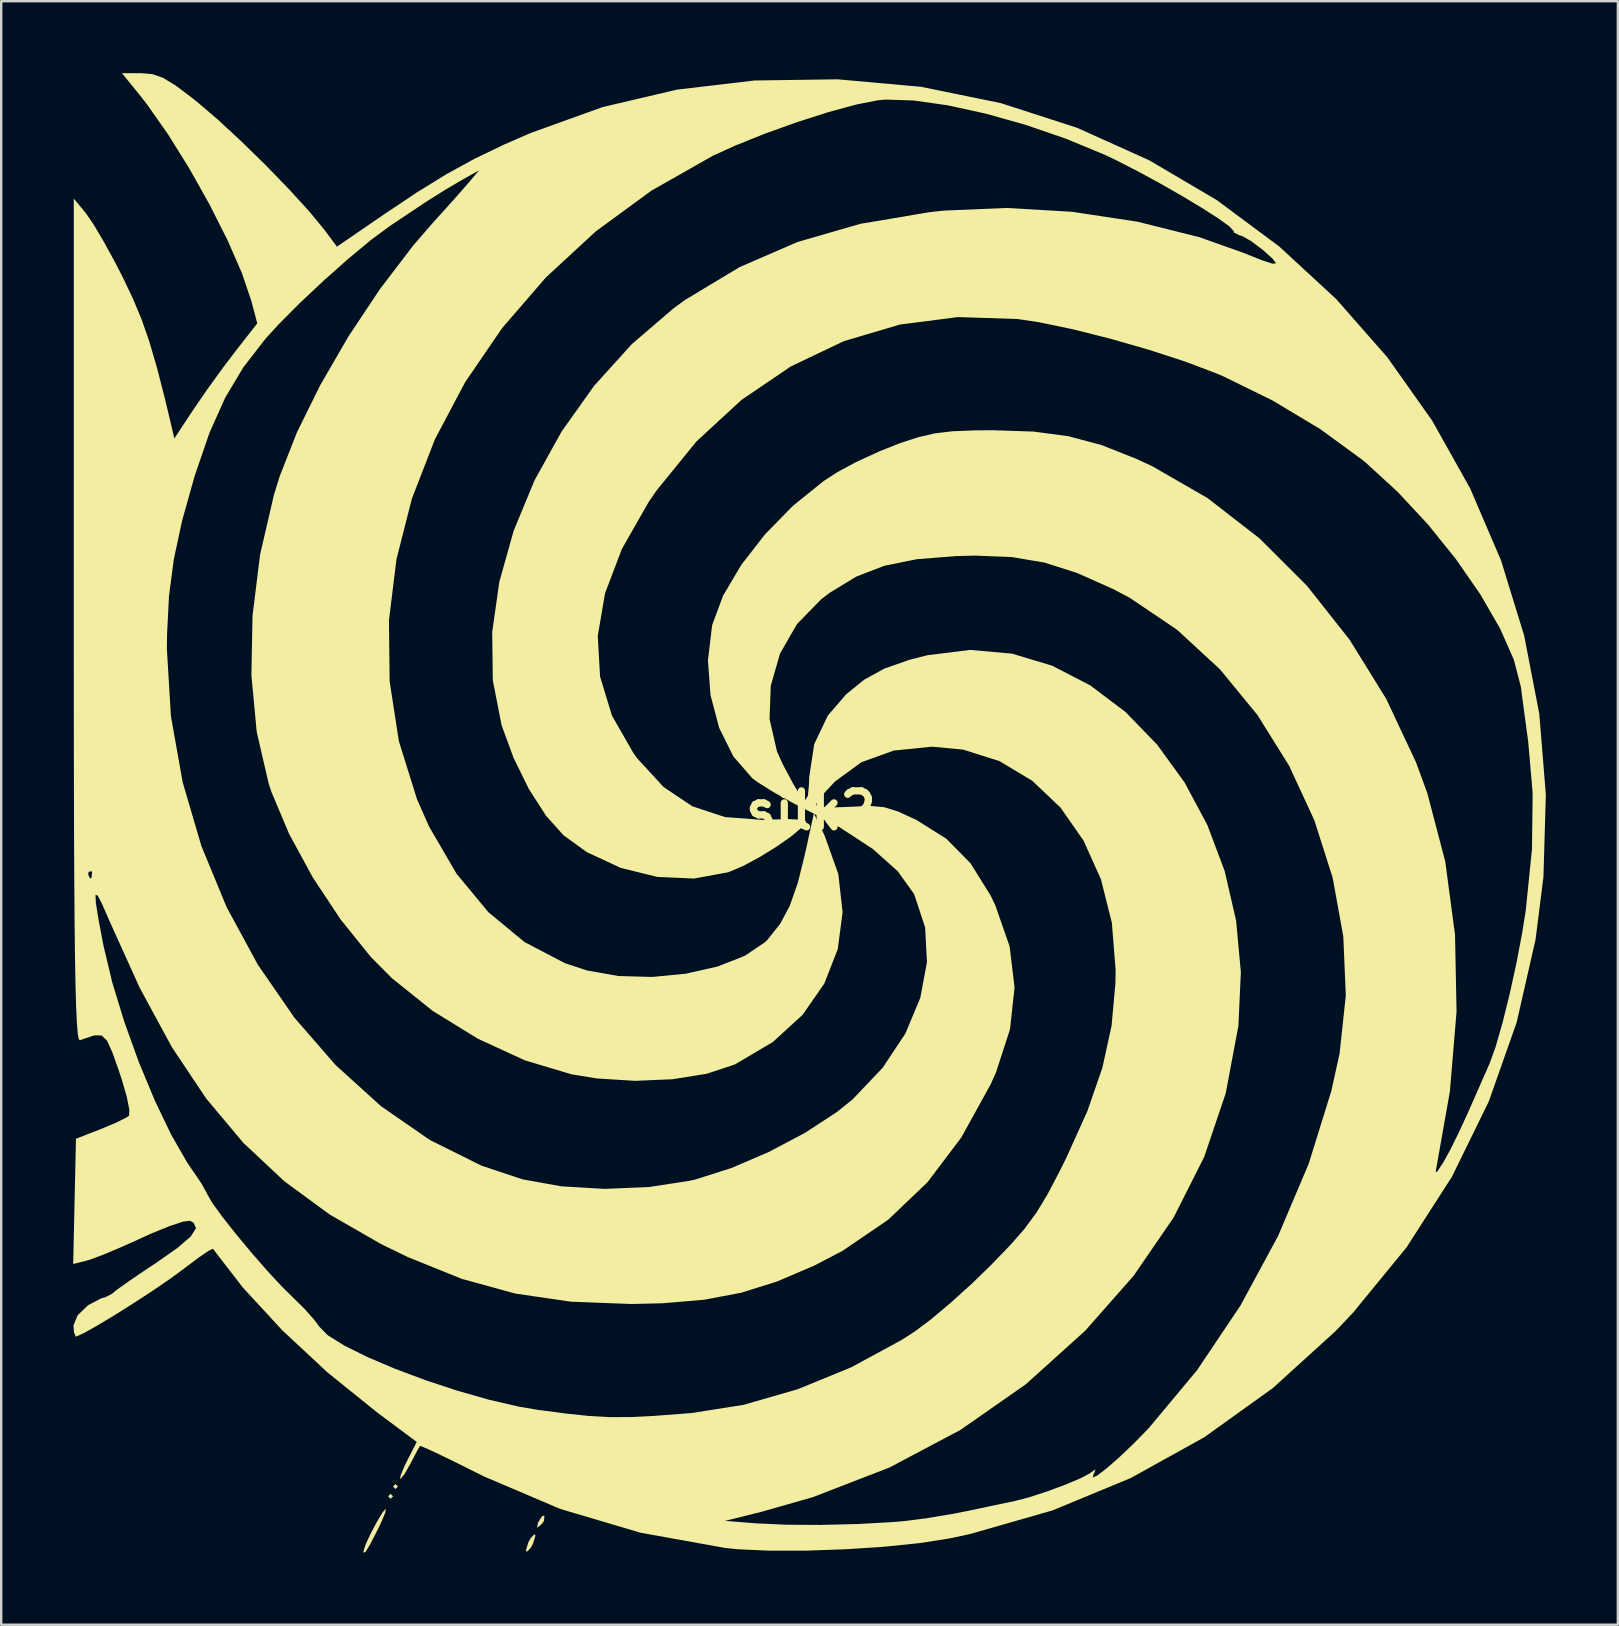
<source format=kicad_pcb>
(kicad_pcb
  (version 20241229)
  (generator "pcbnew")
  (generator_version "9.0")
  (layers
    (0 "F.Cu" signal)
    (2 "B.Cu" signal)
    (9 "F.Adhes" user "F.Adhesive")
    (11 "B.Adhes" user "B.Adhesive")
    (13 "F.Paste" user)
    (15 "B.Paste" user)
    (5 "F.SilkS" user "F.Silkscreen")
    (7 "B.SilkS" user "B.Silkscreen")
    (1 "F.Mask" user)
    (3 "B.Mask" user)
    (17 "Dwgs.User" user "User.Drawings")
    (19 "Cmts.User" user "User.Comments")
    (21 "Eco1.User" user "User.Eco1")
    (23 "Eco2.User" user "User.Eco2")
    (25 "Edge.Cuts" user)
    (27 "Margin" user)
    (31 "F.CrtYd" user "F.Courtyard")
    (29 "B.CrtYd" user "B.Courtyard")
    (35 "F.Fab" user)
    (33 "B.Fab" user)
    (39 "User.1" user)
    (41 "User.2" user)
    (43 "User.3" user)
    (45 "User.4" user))
  (footprint "silk2"
    (layer "F.Cu")
    (at 30.738 30.726)
    (property "Reference" "silk2" (at 0 0 0) (layer "F.SilkS") (effects (font (size 1.5 1.5) (thickness 0.3))))
    (attr board_only exclude_from_pos_files exclude_from_bom)
    (fp_poly (pts (xy -17.411 28.575) (xy -17.514 28.677) (xy -17.616 28.575) (xy -17.514 28.473)) (stroke (width 0) (type solid)) (fill yes) (layer "F.SilkS"))
    (fp_poly (pts (xy -17.206 28.165) (xy -17.309 28.268) (xy -17.411 28.165) (xy -17.309 28.063)) (stroke (width 0) (type solid)) (fill yes) (layer "F.SilkS"))
    (fp_poly (pts (xy -11.124 29.606) (xy -11.241 29.756) (xy -11.413 29.886) (xy -11.37 29.68) (xy -11.355 29.642) (xy -11.193 29.391) (xy -11.101 29.389)) (stroke (width 0) (type solid)) (fill yes) (layer "F.SilkS"))
    (fp_poly (pts (xy -11.477 30.214) (xy -11.579 30.55) (xy -11.676 30.726) (xy -11.838 30.89) (xy -11.874 30.828) (xy -11.772 30.492) (xy -11.676 30.316) (xy -11.513 30.152)) (stroke (width 0) (type solid)) (fill yes) (layer "F.SilkS"))
    (fp_poly (pts (xy -17.733 29.25) (xy -17.905 29.664) (xy -18.047 29.958) (xy -18.371 30.585) (xy -18.555 30.891) (xy -18.632 30.925) (xy -18.64 30.854) (xy -18.554 30.584) (xy -18.345 30.133) (xy -18.085 29.641) (xy -17.849 29.246) (xy -17.71 29.087)) (stroke (width 0) (type solid)) (fill yes) (layer "F.SilkS"))
    (fp_poly (pts (xy -27.435 -30.686) (xy -26.998 -30.534) (xy -26.478 -30.22) (xy -25.776 -29.691) (xy -25.567 -29.525) (xy -24.715 -28.797) (xy -23.735 -27.889) (xy -22.714 -26.89) (xy -21.742 -25.887) (xy -20.903 -24.968) (xy -20.287 -24.221) (xy -20.266 -24.193) (xy -19.748 -23.498) (xy -17.812 -24.826) (xy -16.406 -25.766) (xy -15.186 -26.518) (xy -14.023 -27.156) (xy -12.784 -27.751) (xy -11.676 -28.235) (xy -8.678 -29.314) (xy -5.586 -30.04) (xy -2.348 -30.422) (xy 1.086 -30.471) (xy 1.125 -30.47) (xy 4.59 -30.159) (xy 7.92 -29.478) (xy 11.095 -28.45) (xy 14.098 -27.097) (xy 16.91 -25.442) (xy 19.514 -23.507) (xy 21.89 -21.315) (xy 24.021 -18.888) (xy 25.888 -16.25) (xy 27.473 -13.422) (xy 28.758 -10.427) (xy 29.724 -7.288) (xy 30.353 -4.027) (xy 30.626 -0.667) (xy 30.526 2.769) (xy 30.197 5.374) (xy 29.41 8.827) (xy 28.245 12.129) (xy 26.712 15.26) (xy 24.821 18.202) (xy 22.581 20.935) (xy 21.864 21.69) (xy 19.246 24.067) (xy 16.395 26.112) (xy 13.329 27.813) (xy 10.067 29.162) (xy 6.628 30.147) (xy 5.766 30.331) (xy 4.542 30.523) (xy 3.058 30.675) (xy 1.437 30.781) (xy -0.202 30.838) (xy -1.737 30.839) (xy -3.048 30.78) (xy -3.562 30.728) (xy -7.097 30.092) (xy -8.759 29.599) (xy -3.585 29.599) (xy -2.253 29.702) (xy -1.024 29.758) (xy 0.44 29.766) (xy 1.966 29.728) (xy 3.383 29.649) (xy 3.994 29.595) (xy 4.874 29.479) (xy 5.899 29.308) (xy 6.657 29.159) (xy 7.435 28.993) (xy 8.099 28.853) (xy 8.507 28.769) (xy 8.509 28.768) (xy 9.098 28.614) (xy 9.836 28.373) (xy 10.592 28.094) (xy 11.231 27.826) (xy 11.622 27.618) (xy 11.642 27.603) (xy 11.859 27.451) (xy 11.814 27.586) (xy 11.781 27.642) (xy 11.743 27.794) (xy 11.943 27.701) (xy 12.326 27.408) (xy 12.839 26.959) (xy 13.428 26.4) (xy 14.041 25.774) (xy 14.082 25.73) (xy 16.095 23.316) (xy 17.904 20.62) (xy 19.468 17.727) (xy 20.743 14.72) (xy 21.687 11.684) (xy 22.031 10.126) (xy 22.291 7.704) (xy 22.186 5.243) (xy 21.742 2.794) (xy 20.981 0.407) (xy 19.928 -1.869) (xy 18.607 -3.985) (xy 17.043 -5.89) (xy 15.26 -7.534) (xy 13.282 -8.869) (xy 12.598 -9.23) (xy 11.1 -9.898) (xy 9.747 -10.331) (xy 8.381 -10.563) (xy 6.85 -10.624) (xy 6.058 -10.605) (xy 4.413 -10.474) (xy 3.059 -10.2) (xy 1.892 -9.75) (xy 0.809 -9.091) (xy 0.43 -8.805) (xy -0.579 -7.77) (xy -1.285 -6.542) (xy -1.672 -5.197) (xy -1.721 -3.814) (xy -1.413 -2.469) (xy -1.179 -1.946) (xy -0.726 -1.095) (xy -0.418 -0.6) (xy -0.227 -0.446) (xy -0.123 -0.618) (xy -0.078 -1.101) (xy -0.069 -1.394) (xy 0.14 -2.77) (xy 0.709 -3.962) (xy 1.467 -4.842) (xy 2.223 -5.456) (xy 3.06 -5.915) (xy 4.105 -6.281) (xy 4.857 -6.474) (xy 6.64 -6.695) (xy 8.383 -6.539) (xy 10.059 -6.035) (xy 11.642 -5.216) (xy 13.105 -4.113) (xy 14.423 -2.755) (xy 15.57 -1.176) (xy 16.519 0.594) (xy 17.244 2.524) (xy 17.719 4.582) (xy 17.918 6.737) (xy 17.815 8.959) (xy 17.811 8.992) (xy 17.287 11.78) (xy 16.39 14.431) (xy 15.114 16.96) (xy 13.451 19.383) (xy 11.425 21.681) (xy 8.956 23.906) (xy 6.241 25.803) (xy 3.283 27.371) (xy 0.086 28.608) (xy -2.048 29.217) (xy -3.585 29.599) (xy -8.759 29.599) (xy -10.444 29.1) (xy -13.631 27.742) (xy -13.863 27.626) (xy -14.752 27.182) (xy -15.498 26.82) (xy -16.03 26.573) (xy -16.281 26.473) (xy -16.291 26.474) (xy -16.403 26.673) (xy -16.624 27.095) (xy -16.674 27.192) (xy -16.92 27.628) (xy -17.094 27.851) (xy -17.113 27.858) (xy -17.093 27.697) (xy -16.922 27.292) (xy -16.82 27.084) (xy -16.424 26.309) (xy -18.096 25.061) (xy -20.138 23.415) (xy -22.022 21.661) (xy -23.668 19.876) (xy -24.916 18.259) (xy -25.089 18.339) (xy -25.498 18.619) (xy -26.061 19.04) (xy -26.157 19.114) (xy -26.705 19.516) (xy -27.418 20.002) (xy -28.214 20.522) (xy -29.012 21.024) (xy -29.731 21.457) (xy -30.289 21.771) (xy -30.605 21.914) (xy -30.629 21.918) (xy -30.704 21.743) (xy -30.726 21.45) (xy -30.552 21.029) (xy -30.121 20.613) (xy -29.57 20.324) (xy -29.394 20.278) (xy -29.104 20.124) (xy -29.087 20.104) (xy -28.882 19.94) (xy -28.413 19.608) (xy -27.759 19.163) (xy -27.295 18.855) (xy -26.393 18.225) (xy -25.841 17.749) (xy -25.623 17.406) (xy -25.719 17.172) (xy -25.871 17.092) (xy -26.163 17.129) (xy -26.725 17.315) (xy -27.459 17.614) (xy -27.868 17.799) (xy -28.702 18.176) (xy -29.459 18.495) (xy -30.019 18.706) (xy -30.169 18.751) (xy -30.738 18.893) (xy -30.681 16.284) (xy -30.623 13.675) (xy -29.599 13.276) (xy -28.992 13.022) (xy -28.547 12.805) (xy -28.41 12.715) (xy -28.398 12.461) (xy -28.507 11.922) (xy -28.716 11.198) (xy -28.819 10.888) (xy -29.106 10.074) (xy -29.327 9.587) (xy -29.554 9.371) (xy -29.859 9.367) (xy -30.315 9.517) (xy -30.465 9.573) (xy -30.511 9.509) (xy -30.551 9.267) (xy -30.586 8.827) (xy -30.616 8.166) (xy -30.642 7.265) (xy -30.663 6.102) (xy -30.68 4.658) (xy -30.688 3.511) (xy -29.808 3.511) (xy -29.795 3.837) (xy -29.684 4.534) (xy -29.479 5.616) (xy -29.475 5.633) (xy -29.113 7.151) (xy -28.611 8.795) (xy -28.008 10.467) (xy -27.343 12.069) (xy -26.656 13.503) (xy -25.985 14.672) (xy -25.721 15.056) (xy -25.386 15.551) (xy -25.165 15.954) (xy -25.15 15.99) (xy -24.937 16.356) (xy -24.512 16.941) (xy -23.94 17.664) (xy -23.29 18.445) (xy -22.628 19.203) (xy -22.02 19.857) (xy -21.637 20.233) (xy -21.101 20.76) (xy -20.673 21.241) (xy -20.488 21.5) (xy -20.127 21.865) (xy -19.436 22.297) (xy -18.482 22.769) (xy -17.335 23.257) (xy -16.062 23.734) (xy -14.733 24.173) (xy -13.414 24.549) (xy -12.175 24.836) (xy -11.369 24.973) (xy -10.183 25.128) (xy -9.227 25.228) (xy -8.379 25.275) (xy -7.515 25.272) (xy -6.513 25.222) (xy -5.251 25.126) (xy -4.959 25.102) (xy -2.803 24.762) (xy -0.549 24.113) (xy 1.685 23.197) (xy 3.785 22.057) (xy 4.326 21.709) (xy 4.999 21.205) (xy 5.839 20.499) (xy 6.735 19.688) (xy 7.5 18.944) (xy 8.305 18.11) (xy 8.914 17.415) (xy 9.408 16.742) (xy 9.871 15.974) (xy 10.384 14.994) (xy 10.621 14.519) (xy 11.522 12.525) (xy 12.15 10.707) (xy 12.53 8.965) (xy 12.69 7.197) (xy 12.699 6.643) (xy 12.542 4.673) (xy 12.088 2.865) (xy 11.364 1.253) (xy 10.4 -0.128) (xy 9.222 -1.244) (xy 7.861 -2.06) (xy 6.343 -2.541) (xy 5.047 -2.663) (xy 3.459 -2.501) (xy 2.11 -2.017) (xy 1.012 -1.217) (xy 0.995 -1.2) (xy 0.556 -0.731) (xy 0.269 -0.366) (xy 0.205 -0.232) (xy 0.392 -0.158) (xy 0.883 -0.13) (xy 1.577 -0.153) (xy 1.64 -0.157) (xy 2.448 -0.195) (xy 3.049 -0.142) (xy 3.629 0.037) (xy 4.374 0.379) (xy 4.4 0.392) (xy 5.647 1.175) (xy 6.656 2.201) (xy 7.491 3.541) (xy 7.685 3.945) (xy 8.283 5.664) (xy 8.488 7.375) (xy 8.298 9.112) (xy 7.714 10.912) (xy 7.492 11.406) (xy 6.271 13.618) (xy 4.859 15.488) (xy 3.22 17.051) (xy 1.319 18.346) (xy 0.14 18.961) (xy -1.414 19.625) (xy -2.899 20.09) (xy -4.444 20.383) (xy -6.174 20.53) (xy -7.477 20.561) (xy -10.002 20.464) (xy -12.314 20.126) (xy -14.538 19.516) (xy -16.798 18.604) (xy -17.92 18.057) (xy -20.041 16.838) (xy -21.938 15.448) (xy -23.645 13.849) (xy -25.196 12) (xy -26.624 9.861) (xy -27.963 7.392) (xy -29.223 4.609) (xy -29.526 3.911) (xy -29.719 3.54) (xy -29.808 3.511) (xy -30.688 3.511) (xy -30.693 2.91) (xy -30.694 2.663) (xy -30.111 2.663) (xy -30.036 2.832) (xy -29.975 2.799) (xy -29.95 2.556) (xy -29.975 2.526) (xy -30.097 2.554) (xy -30.111 2.663) (xy -30.694 2.663) (xy -30.703 0.838) (xy -30.709 -1.579) (xy -30.713 -4.361) (xy -30.714 -6.727) (xy -26.834 -6.727) (xy -26.666 -3.935) (xy -26.178 -1.187) (xy -25.395 1.48) (xy -24.342 4.029) (xy -23.043 6.424) (xy -21.522 8.627) (xy -19.805 10.603) (xy -17.915 12.315) (xy -15.877 13.726) (xy -13.717 14.8) (xy -12.009 15.367) (xy -10.399 15.657) (xy -8.591 15.764) (xy -6.752 15.687) (xy -5.051 15.427) (xy -4.795 15.367) (xy -3.31 14.894) (xy -1.747 14.224) (xy -0.239 13.425) (xy 1.079 12.565) (xy 1.739 12.035) (xy 2.996 10.712) (xy 3.941 9.285) (xy 4.56 7.803) (xy 4.838 6.315) (xy 4.761 4.868) (xy 4.314 3.512) (xy 4.286 3.456) (xy 3.622 2.53) (xy 2.582 1.601) (xy 1.196 0.694) (xy 0.134 0.134) (xy 0.572 1.039) (xy 1.144 2.643) (xy 1.322 4.231) (xy 1.123 5.766) (xy 0.562 7.206) (xy -0.346 8.512) (xy -1.585 9.644) (xy -3.14 10.564) (xy -3.189 10.587) (xy -4.345 10.968) (xy -5.764 11.195) (xy -7.327 11.262) (xy -8.916 11.162) (xy -9.981 10.988) (xy -11.919 10.407) (xy -13.882 9.504) (xy -15.763 8.344) (xy -17.451 6.99) (xy -18.349 6.084) (xy -19.601 4.529) (xy -20.756 2.783) (xy -21.739 0.976) (xy -22.472 -0.763) (xy -22.593 -1.127) (xy -23.09 -3.273) (xy -23.313 -5.636) (xy -23.269 -7.923) (xy -17.581 -7.923) (xy -17.552 -5.385) (xy -17.167 -2.89) (xy -16.411 -0.469) (xy -15.901 0.681) (xy -14.762 2.634) (xy -13.436 4.236) (xy -11.931 5.479) (xy -10.255 6.356) (xy -9.331 6.662) (xy -8.018 6.894) (xy -6.609 6.933) (xy -5.199 6.795) (xy -3.882 6.496) (xy -2.754 6.054) (xy -1.909 5.483) (xy -1.802 5.376) (xy -1.283 4.725) (xy -0.877 3.966) (xy -0.539 2.996) (xy -0.246 1.812) (xy 0.123 0.129) (xy 0.134 0.134) (xy 0.126 0.117) (xy 0.123 0.129) (xy 0.114 0.124) (xy -0.771 -0.329) (xy -1.586 -0.786) (xy -2.213 -1.18) (xy -2.444 -1.351) (xy -3.234 -2.262) (xy -3.821 -3.447) (xy -4.181 -4.81) (xy -4.289 -6.254) (xy -4.12 -7.685) (xy -4.102 -7.761) (xy -3.655 -8.959) (xy -2.9 -10.238) (xy -1.907 -11.514) (xy -0.744 -12.703) (xy 0.522 -13.723) (xy 1.094 -14.097) (xy 1.885 -14.522) (xy 2.851 -14.967) (xy 3.721 -15.312) (xy 4.475 -15.558) (xy 5.158 -15.717) (xy 5.903 -15.806) (xy 6.841 -15.843) (xy 7.579 -15.849) (xy 9.276 -15.793) (xy 10.735 -15.599) (xy 12.115 -15.23) (xy 13.577 -14.65) (xy 14.236 -14.343) (xy 16.53 -13.021) (xy 18.689 -11.347) (xy 20.674 -9.365) (xy 22.448 -7.12) (xy 23.973 -4.657) (xy 25.212 -2.021) (xy 25.689 -0.72) (xy 26.436 2.131) (xy 26.842 5.175) (xy 26.905 8.379) (xy 26.627 11.707) (xy 26.089 14.747) (xy 26.033 15.056) (xy 26.096 15.049) (xy 26.321 14.709) (xy 26.361 14.646) (xy 26.629 14.161) (xy 26.986 13.44) (xy 27.362 12.628) (xy 27.421 12.495) (xy 27.762 11.721) (xy 28.057 11.05) (xy 28.253 10.606) (xy 28.278 10.549) (xy 28.531 9.852) (xy 28.818 8.855) (xy 29.114 7.662) (xy 29.396 6.379) (xy 29.638 5.11) (xy 29.791 4.141) (xy 30.049 1.595) (xy 30.076 -0.738) (xy 29.891 -2.868) (xy 29.773 -3.74) (xy 29.663 -4.561) (xy 29.585 -5.154) (xy 29.584 -5.16) (xy 29.292 -6.289) (xy 28.714 -7.594) (xy 27.895 -9.011) (xy 26.881 -10.474) (xy 25.717 -11.92) (xy 24.448 -13.284) (xy 23.119 -14.5) (xy 22.99 -14.607) (xy 21.232 -15.892) (xy 19.238 -17.089) (xy 17.183 -18.096) (xy 16.903 -18.215) (xy 15.599 -18.708) (xy 14.086 -19.201) (xy 12.487 -19.66) (xy 10.925 -20.053) (xy 9.522 -20.346) (xy 8.616 -20.482) (xy 6.135 -20.564) (xy 3.712 -20.252) (xy 1.379 -19.562) (xy -0.833 -18.509) (xy -2.894 -17.109) (xy -4.772 -15.377) (xy -6.438 -13.327) (xy -6.771 -12.837) (xy -7.874 -10.903) (xy -8.577 -9.052) (xy -8.88 -7.28) (xy -8.783 -5.582) (xy -8.287 -3.954) (xy -7.392 -2.393) (xy -7.22 -2.159) (xy -6.137 -0.981) (xy -4.94 -0.179) (xy -3.58 0.27) (xy -2.004 0.389) (xy -1.649 0.375) (xy -0.94 0.355) (xy -0.425 0.379) (xy -0.206 0.44) (xy -0.205 0.448) (xy -0.372 0.698) (xy -0.812 1.071) (xy -1.432 1.505) (xy -2.137 1.94) (xy -2.834 2.314) (xy -3.431 2.566) (xy -3.446 2.571) (xy -4.871 2.832) (xy -6.397 2.764) (xy -7.92 2.39) (xy -9.335 1.732) (xy -10.306 1.03) (xy -11.032 0.22) (xy -11.746 -0.89) (xy -12.387 -2.193) (xy -12.887 -3.555) (xy -13.254 -5.431) (xy -13.278 -7.441) (xy -12.981 -9.534) (xy -12.385 -11.657) (xy -11.514 -13.761) (xy -10.388 -15.792) (xy -9.031 -17.7) (xy -7.464 -19.433) (xy -5.709 -20.94) (xy -5.22 -21.292) (xy -2.972 -22.644) (xy -0.563 -23.69) (xy 2.057 -24.448) (xy 4.941 -24.935) (xy 5.538 -25) (xy 8.155 -25.111) (xy 10.886 -24.951) (xy 13.606 -24.539) (xy 16.19 -23.892) (xy 17.971 -23.26) (xy 18.781 -22.937) (xy 19.244 -22.786) (xy 19.386 -22.807) (xy 19.232 -23.005) (xy 18.845 -23.352) (xy 18.361 -23.721) (xy 17.975 -23.94) (xy 17.872 -23.966) (xy 17.634 -24.083) (xy 17.616 -24.151) (xy 17.446 -24.338) (xy 16.982 -24.673) (xy 16.295 -25.113) (xy 15.454 -25.618) (xy 14.53 -26.146) (xy 13.593 -26.655) (xy 12.713 -27.105) (xy 12.236 -27.331) (xy 10.638 -27.992) (xy 8.962 -28.569) (xy 7.29 -29.04) (xy 5.704 -29.387) (xy 4.287 -29.589) (xy 3.122 -29.626) (xy 2.796 -29.598) (xy 1.897 -29.421) (xy 0.741 -29.107) (xy -0.559 -28.692) (xy -1.893 -28.214) (xy -3.146 -27.712) (xy -4.083 -27.286) (xy -6.641 -25.834) (xy -8.966 -24.132) (xy -11.045 -22.211) (xy -12.865 -20.104) (xy -14.41 -17.844) (xy -15.669 -15.463) (xy -16.626 -12.994) (xy -17.268 -10.47) (xy -17.581 -7.923) (xy -23.269 -7.923) (xy -23.265 -8.13) (xy -22.95 -10.67) (xy -22.37 -13.168) (xy -22.134 -13.929) (xy -21.417 -15.757) (xy -20.439 -17.736) (xy -19.264 -19.764) (xy -17.951 -21.737) (xy -16.564 -23.553) (xy -15.773 -24.468) (xy -15.183 -25.12) (xy -14.652 -25.716) (xy -14.279 -26.142) (xy -14.236 -26.192) (xy -13.827 -26.677) (xy -14.581 -26.254) (xy -15.235 -25.868) (xy -15.966 -25.409) (xy -16.196 -25.257) (xy -16.818 -24.843) (xy -17.383 -24.465) (xy -17.561 -24.346) (xy -18.328 -23.778) (xy -19.272 -22.995) (xy -20.296 -22.086) (xy -21.302 -21.141) (xy -22.192 -20.246) (xy -22.733 -19.652) (xy -23.649 -18.469) (xy -24.406 -17.201) (xy -25.058 -15.744) (xy -25.661 -13.99) (xy -25.699 -13.864) (xy -26.205 -12.057) (xy -26.546 -10.466) (xy -26.746 -8.941) (xy -26.828 -7.334) (xy -26.834 -6.727) (xy -30.714 -6.727) (xy -30.714 -7.53) (xy -30.714 -7.918) (xy -30.713 -25.502) (xy -30.206 -24.888) (xy -29.905 -24.45) (xy -29.488 -23.749) (xy -29.018 -22.892) (xy -28.674 -22.225) (xy -28.247 -21.329) (xy -27.886 -20.463) (xy -27.563 -19.534) (xy -27.246 -18.448) (xy -26.904 -17.113) (xy -26.662 -16.1) (xy -26.523 -15.506) (xy -25.725 -16.715) (xy -25.153 -17.548) (xy -24.487 -18.468) (xy -23.998 -19.113) (xy -23.068 -20.302) (xy -23.324 -21.264) (xy -23.71 -22.4) (xy -24.301 -23.755) (xy -25.045 -25.233) (xy -25.888 -26.736) (xy -26.778 -28.166) (xy -27.661 -29.425) (xy -27.998 -29.855) (xy -28.705 -30.726) (xy -27.885 -30.726)) (stroke (width 0) (type solid)) (fill yes) (layer "F.SilkS")))
  (gr_rect
    (start -3 -3)
    (end 64.365 64.651)
    (stroke (width 0.1) (type default))
    (fill no)
    (layer "Edge.Cuts")))
</source>
